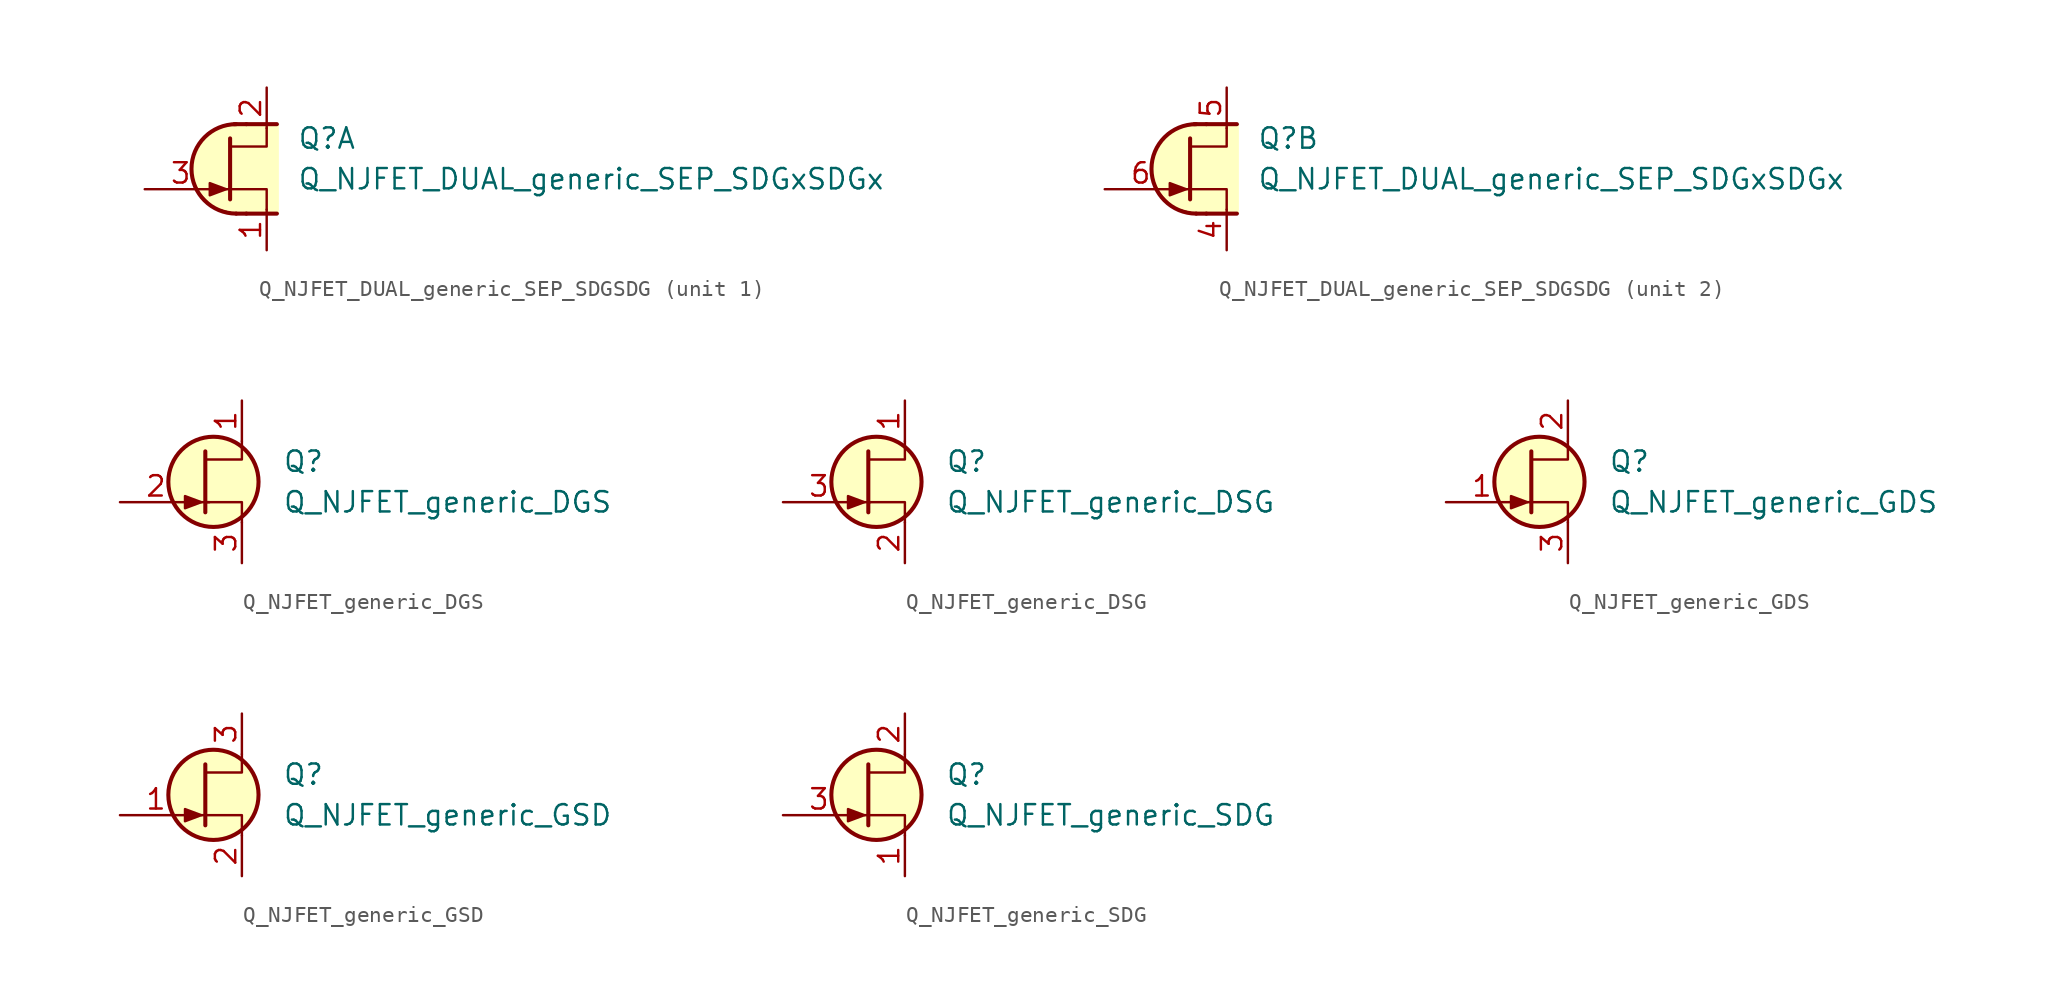
<source format=kicad_sym>
(kicad_symbol_lib
  (version 20231120)
  (generator "kicad_symbol_editor")
  (generator_version "8.0")
  (symbol "Q_NJFET_DUAL_generic_SEP_SDGSDG"
    (pin_names
      (offset 1.016) hide)
    (property "Reference" "Q"
      (at 3.175 1.905 0)
      (effects (font (size 1.27 1.27)) (justify left)))
    (property "Value" "Q_NJFET_DUAL_generic_SEP_SDGxSDGx"
      (at 3.175 -0.635 0)
      (effects (font (size 1.27 1.27)) (justify left)))
    (property "ki_locked" ""
      (at 0 0 0)
      (effects (font (size 1.27 1.27))))
    (symbol "Q_NJFET_DUAL_generic_SEP_SDGSDG_1_1"
      (arc (start -0.635 2.794) (mid -3.4169 0) (end -0.635 -2.794) (stroke (width 0.254) (type default)) (fill (type none)))
      (polyline (pts (xy -1.397 -1.27) (xy -1.016 -1.27)) (stroke (width 0) (type default)) (fill (type none)))
      (polyline (pts (xy 0 -2.794) (xy -0.635 -2.794)) (stroke (width 0.254) (type default)) (fill (type none)))
      (polyline (pts (xy 0 -2.794) (xy 1.905 -2.794)) (stroke (width 0.254) (type default)) (fill (type none)))
      (polyline (pts (xy 0 2.794) (xy -0.762 2.794)) (stroke (width 0.254) (type default)) (fill (type none)))
      (polyline (pts (xy 0 2.794) (xy 1.905 2.794)) (stroke (width 0.254) (type default)) (fill (type none)))
      (polyline (pts (xy -1.016 1.905) (xy -1.016 -1.905) (xy -1.016 -1.905)) (stroke (width 0.254) (type default)) (fill (type none)))
      (polyline (pts (xy 1.27 -2.54) (xy 1.27 -1.27) (xy -1.016 -1.27)) (stroke (width 0) (type default)) (fill (type none)))
      (polyline (pts (xy 1.27 2.54) (xy 1.27 1.397) (xy -1.016 1.397)) (stroke (width 0) (type default)) (fill (type none)))
      (polyline (pts (xy -1.27 -1.27) (xy -2.286 -0.889) (xy -2.286 -1.651) (xy -1.27 -1.27)) (stroke (width 0) (type default)) (fill (type outline)))
      (polyline (pts (xy 2.032 2.794) (xy -1.143 2.794) (xy -2.413 2.286) (xy -3.302 0.889) (xy -3.429 -0.381) (xy -2.921 -1.524) (xy -2.032 -2.413) (xy -0.635 -2.794) (xy 2.032 -2.794)) (stroke (width 0.025) (type default)) (fill (type background)))
      (pin passive line (at 1.27 -5.08 90) (length 2.54) (name "S1" (effects (font (size 1.27 1.27)))) (number "1" (effects (font (size 1.27 1.27)))))
      (pin passive line (at 1.27 5.08 270) (length 2.54) (name "D1" (effects (font (size 1.27 1.27)))) (number "2" (effects (font (size 1.27 1.27)))))
      (pin input line (at -6.35 -1.27 0) (length 4.496) (name "G1" (effects (font (size 1.27 1.27)))) (number "3" (effects (font (size 1.27 1.27))))))
    (symbol "Q_NJFET_DUAL_generic_SEP_SDGSDG_2_1"
      (arc (start -0.635 2.794) (mid -3.4169 0) (end -0.635 -2.794) (stroke (width 0.254) (type default)) (fill (type none)))
      (polyline (pts (xy -1.397 -1.27) (xy -1.016 -1.27)) (stroke (width 0) (type default)) (fill (type none)))
      (polyline (pts (xy 0 -2.794) (xy -0.635 -2.794)) (stroke (width 0.254) (type default)) (fill (type none)))
      (polyline (pts (xy 0 -2.794) (xy 1.905 -2.794)) (stroke (width 0.254) (type default)) (fill (type none)))
      (polyline (pts (xy 0 2.794) (xy -0.762 2.794)) (stroke (width 0.254) (type default)) (fill (type none)))
      (polyline (pts (xy 0 2.794) (xy 1.905 2.794)) (stroke (width 0.254) (type default)) (fill (type none)))
      (polyline (pts (xy -1.016 1.905) (xy -1.016 -1.905) (xy -1.016 -1.905)) (stroke (width 0.254) (type default)) (fill (type none)))
      (polyline (pts (xy 1.27 -2.54) (xy 1.27 -1.27) (xy -1.016 -1.27)) (stroke (width 0) (type default)) (fill (type none)))
      (polyline (pts (xy 1.27 2.54) (xy 1.27 1.397) (xy -1.016 1.397)) (stroke (width 0) (type default)) (fill (type none)))
      (polyline (pts (xy -1.27 -1.27) (xy -2.286 -0.889) (xy -2.286 -1.651) (xy -1.27 -1.27)) (stroke (width 0) (type default)) (fill (type outline)))
      (polyline (pts (xy 2.032 2.794) (xy -1.143 2.794) (xy -2.413 2.286) (xy -3.302 0.889) (xy -3.429 -0.381) (xy -2.921 -1.524) (xy -2.032 -2.413) (xy -0.635 -2.794) (xy 2.032 -2.794)) (stroke (width 0.025) (type default)) (fill (type background)))
      (pin passive line (at 1.27 -5.08 90) (length 2.54) (name "S1" (effects (font (size 1.27 1.27)))) (number "4" (effects (font (size 1.27 1.27)))))
      (pin passive line (at 1.27 5.08 270) (length 2.54) (name "D1" (effects (font (size 1.27 1.27)))) (number "5" (effects (font (size 1.27 1.27)))))
      (pin input line (at -6.35 -1.27 0) (length 4.496) (name "G1" (effects (font (size 1.27 1.27)))) (number "6" (effects (font (size 1.27 1.27)))))))
  (symbol "Q_NJFET_generic_DGS"
    (pin_names hide)
    (property "Reference" "Q"
      (at 5.08 1.27 0)
      (effects (font (size 1.27 1.27)) (justify left)))
    (property "Value" "Q_NJFET_generic_DGS"
      (at 5.08 -1.27 0)
      (effects (font (size 1.27 1.27)) (justify left)))
    (symbol "Q_NJFET_generic_DGS_0_1"
      (polyline (pts (xy -0.127 -1.27) (xy 0.508 -1.27)) (stroke (width 0) (type default)) (fill (type none)))
      (polyline (pts (xy 0.254 1.905) (xy 0.254 -1.905) (xy 0.254 -1.905)) (stroke (width 0.254) (type default)) (fill (type none)))
      (polyline (pts (xy 2.54 -2.54) (xy 2.54 -1.27) (xy 0.254 -1.27)) (stroke (width 0) (type default)) (fill (type none)))
      (polyline (pts (xy 2.54 2.54) (xy 2.54 1.397) (xy 0.254 1.397)) (stroke (width 0) (type default)) (fill (type none)))
      (polyline (pts (xy 0 -1.27) (xy -1.016 -0.889) (xy -1.016 -1.651) (xy 0 -1.27)) (stroke (width 0) (type default)) (fill (type outline)))
      (circle (center 0.762 0) (radius 2.819) (stroke (width 0.254) (type default)) (fill (type background))))
    (symbol "Q_NJFET_generic_DGS_1_1"
      (pin passive line (at 2.54 5.08 270) (length 2.54) (name "D" (effects (font (size 1.27 1.27)))) (number "1" (effects (font (size 1.27 1.27)))))
      (pin input line (at -5.08 -1.27 0) (length 4.496) (name "G" (effects (font (size 1.27 1.27)))) (number "2" (effects (font (size 1.27 1.27)))))
      (pin passive line (at 2.54 -5.08 90) (length 2.54) (name "S" (effects (font (size 1.27 1.27)))) (number "3" (effects (font (size 1.27 1.27)))))))
  (symbol "Q_NJFET_generic_DSG"
    (pin_names hide)
    (property "Reference" "Q"
      (at 5.08 1.27 0)
      (effects (font (size 1.27 1.27)) (justify left)))
    (property "Value" "Q_NJFET_generic_DSG"
      (at 5.08 -1.27 0)
      (effects (font (size 1.27 1.27)) (justify left)))
    (symbol "Q_NJFET_generic_DSG_0_1"
      (polyline (pts (xy -0.127 -1.27) (xy 0.381 -1.27)) (stroke (width 0) (type default)) (fill (type none)))
      (polyline (pts (xy 0.254 1.905) (xy 0.254 -1.905) (xy 0.254 -1.905)) (stroke (width 0.254) (type default)) (fill (type none)))
      (polyline (pts (xy 2.54 -2.54) (xy 2.54 -1.27) (xy 0.254 -1.27)) (stroke (width 0) (type default)) (fill (type none)))
      (polyline (pts (xy 2.54 2.54) (xy 2.54 1.397) (xy 0.254 1.397)) (stroke (width 0) (type default)) (fill (type none)))
      (polyline (pts (xy 0 -1.27) (xy -1.016 -0.889) (xy -1.016 -1.651) (xy 0 -1.27)) (stroke (width 0) (type default)) (fill (type outline)))
      (circle (center 0.762 0) (radius 2.819) (stroke (width 0.254) (type default)) (fill (type background))))
    (symbol "Q_NJFET_generic_DSG_1_1"
      (pin passive line (at 2.54 5.08 270) (length 2.54) (name "D" (effects (font (size 1.27 1.27)))) (number "1" (effects (font (size 1.27 1.27)))))
      (pin passive line (at 2.54 -5.08 90) (length 2.54) (name "S" (effects (font (size 1.27 1.27)))) (number "2" (effects (font (size 1.27 1.27)))))
      (pin input line (at -5.08 -1.27 0) (length 4.496) (name "G" (effects (font (size 1.27 1.27)))) (number "3" (effects (font (size 1.27 1.27)))))))
  (symbol "Q_NJFET_generic_GDS"
    (pin_names hide)
    (property "Reference" "Q"
      (at 5.08 1.27 0)
      (effects (font (size 1.27 1.27)) (justify left)))
    (property "Value" "Q_NJFET_generic_GDS"
      (at 5.08 -1.27 0)
      (effects (font (size 1.27 1.27)) (justify left)))
    (symbol "Q_NJFET_generic_GDS_0_1"
      (polyline (pts (xy 0 -1.27) (xy 0.254 -1.27)) (stroke (width 0) (type default)) (fill (type none)))
      (polyline (pts (xy 0.254 1.905) (xy 0.254 -1.905) (xy 0.254 -1.905)) (stroke (width 0.254) (type default)) (fill (type none)))
      (polyline (pts (xy 2.54 -2.54) (xy 2.54 -1.27) (xy 0.254 -1.27)) (stroke (width 0) (type default)) (fill (type none)))
      (polyline (pts (xy 2.54 2.54) (xy 2.54 1.397) (xy 0.254 1.397)) (stroke (width 0) (type default)) (fill (type none)))
      (polyline (pts (xy 0 -1.27) (xy -1.016 -0.889) (xy -1.016 -1.651) (xy 0 -1.27)) (stroke (width 0) (type default)) (fill (type outline)))
      (circle (center 0.762 0) (radius 2.819) (stroke (width 0.254) (type default)) (fill (type background))))
    (symbol "Q_NJFET_generic_GDS_1_1"
      (pin input line (at -5.08 -1.27 0) (length 4.496) (name "G" (effects (font (size 1.27 1.27)))) (number "1" (effects (font (size 1.27 1.27)))))
      (pin passive line (at 2.54 5.08 270) (length 2.54) (name "D" (effects (font (size 1.27 1.27)))) (number "2" (effects (font (size 1.27 1.27)))))
      (pin passive line (at 2.54 -5.08 90) (length 2.54) (name "S" (effects (font (size 1.27 1.27)))) (number "3" (effects (font (size 1.27 1.27)))))))
  (symbol "Q_NJFET_generic_GSD"
    (pin_names hide)
    (property "Reference" "Q"
      (at 5.08 1.27 0)
      (effects (font (size 1.27 1.27)) (justify left)))
    (property "Value" "Q_NJFET_generic_GSD"
      (at 5.08 -1.27 0)
      (effects (font (size 1.27 1.27)) (justify left)))
    (symbol "Q_NJFET_generic_GSD_0_1"
      (polyline (pts (xy 0 -1.27) (xy 0.254 -1.27)) (stroke (width 0) (type default)) (fill (type none)))
      (polyline (pts (xy 0.254 1.905) (xy 0.254 -1.905) (xy 0.254 -1.905)) (stroke (width 0.254) (type default)) (fill (type none)))
      (polyline (pts (xy 2.54 -2.54) (xy 2.54 -1.27) (xy 0.254 -1.27)) (stroke (width 0) (type default)) (fill (type none)))
      (polyline (pts (xy 2.54 2.54) (xy 2.54 1.397) (xy 0.254 1.397)) (stroke (width 0) (type default)) (fill (type none)))
      (polyline (pts (xy 0 -1.27) (xy -1.016 -0.889) (xy -1.016 -1.651) (xy 0 -1.27)) (stroke (width 0) (type default)) (fill (type outline)))
      (circle (center 0.762 0) (radius 2.819) (stroke (width 0.254) (type default)) (fill (type background))))
    (symbol "Q_NJFET_generic_GSD_1_1"
      (pin input line (at -5.08 -1.27 0) (length 4.496) (name "G" (effects (font (size 1.27 1.27)))) (number "1" (effects (font (size 1.27 1.27)))))
      (pin passive line (at 2.54 -5.08 90) (length 2.54) (name "S" (effects (font (size 1.27 1.27)))) (number "2" (effects (font (size 1.27 1.27)))))
      (pin passive line (at 2.54 5.08 270) (length 2.54) (name "D" (effects (font (size 1.27 1.27)))) (number "3" (effects (font (size 1.27 1.27)))))))
  (symbol "Q_NJFET_generic_SDG"
    (pin_names hide)
    (property "Reference" "Q"
      (at 5.08 1.27 0)
      (effects (font (size 1.27 1.27)) (justify left)))
    (property "Value" "Q_NJFET_generic_SDG"
      (at 5.08 -1.27 0)
      (effects (font (size 1.27 1.27)) (justify left)))
    (symbol "Q_NJFET_generic_SDG_0_1"
      (polyline (pts (xy 0 -1.27) (xy 0.254 -1.27)) (stroke (width 0) (type default)) (fill (type none)))
      (polyline (pts (xy 0.254 1.905) (xy 0.254 -1.905) (xy 0.254 -1.905)) (stroke (width 0.254) (type default)) (fill (type none)))
      (polyline (pts (xy 2.54 -2.54) (xy 2.54 -1.27) (xy 0.254 -1.27)) (stroke (width 0) (type default)) (fill (type none)))
      (polyline (pts (xy 2.54 2.54) (xy 2.54 1.397) (xy 0.254 1.397)) (stroke (width 0) (type default)) (fill (type none)))
      (polyline (pts (xy 0 -1.27) (xy -1.016 -0.889) (xy -1.016 -1.651) (xy 0 -1.27)) (stroke (width 0) (type default)) (fill (type outline)))
      (circle (center 0.762 0) (radius 2.819) (stroke (width 0.254) (type default)) (fill (type background))))
    (symbol "Q_NJFET_generic_SDG_1_1"
      (pin passive line (at 2.54 -5.08 90) (length 2.54) (name "S" (effects (font (size 1.27 1.27)))) (number "1" (effects (font (size 1.27 1.27)))))
      (pin passive line (at 2.54 5.08 270) (length 2.54) (name "D" (effects (font (size 1.27 1.27)))) (number "2" (effects (font (size 1.27 1.27)))))
      (pin input line (at -5.08 -1.27 0) (length 4.496) (name "G" (effects (font (size 1.27 1.27)))) (number "3" (effects (font (size 1.27 1.27))))))))
</source>
